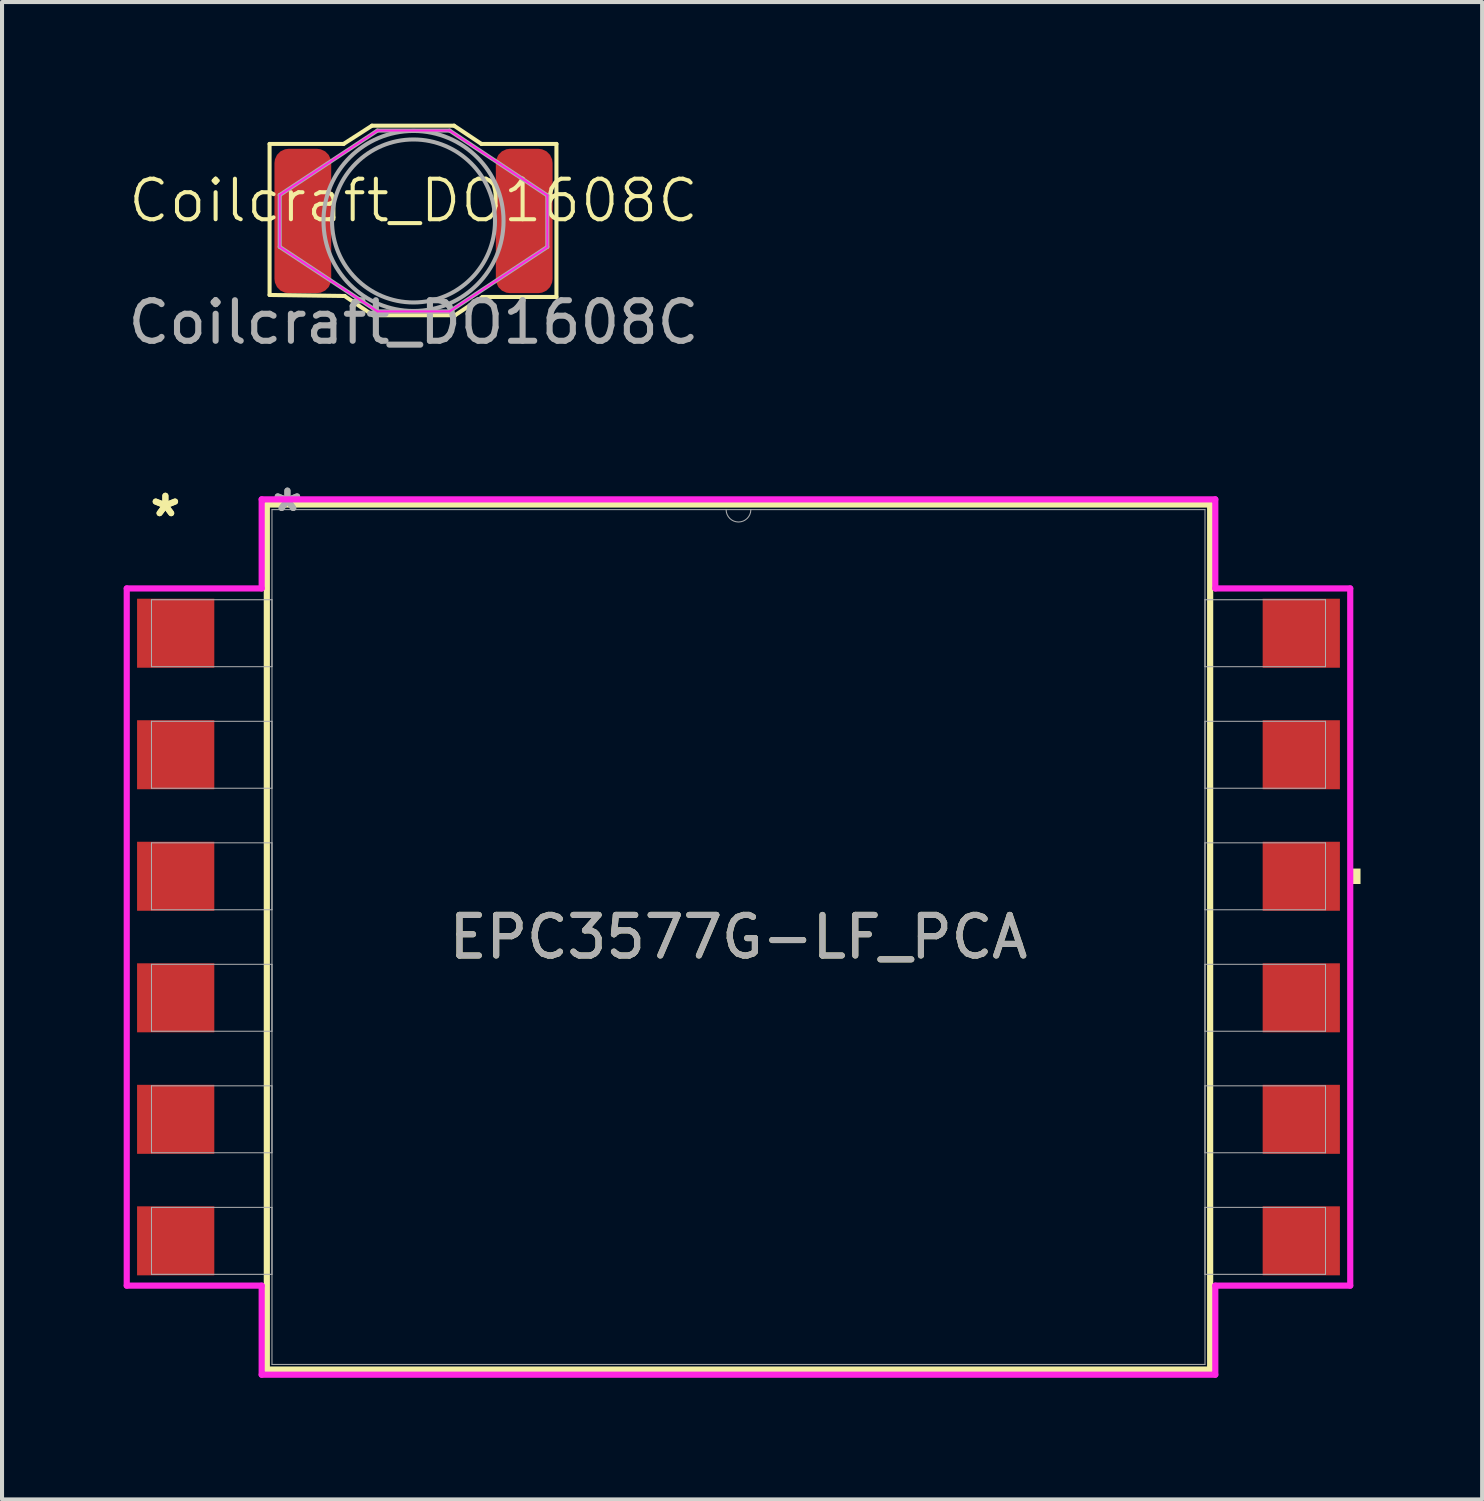
<source format=kicad_pcb>
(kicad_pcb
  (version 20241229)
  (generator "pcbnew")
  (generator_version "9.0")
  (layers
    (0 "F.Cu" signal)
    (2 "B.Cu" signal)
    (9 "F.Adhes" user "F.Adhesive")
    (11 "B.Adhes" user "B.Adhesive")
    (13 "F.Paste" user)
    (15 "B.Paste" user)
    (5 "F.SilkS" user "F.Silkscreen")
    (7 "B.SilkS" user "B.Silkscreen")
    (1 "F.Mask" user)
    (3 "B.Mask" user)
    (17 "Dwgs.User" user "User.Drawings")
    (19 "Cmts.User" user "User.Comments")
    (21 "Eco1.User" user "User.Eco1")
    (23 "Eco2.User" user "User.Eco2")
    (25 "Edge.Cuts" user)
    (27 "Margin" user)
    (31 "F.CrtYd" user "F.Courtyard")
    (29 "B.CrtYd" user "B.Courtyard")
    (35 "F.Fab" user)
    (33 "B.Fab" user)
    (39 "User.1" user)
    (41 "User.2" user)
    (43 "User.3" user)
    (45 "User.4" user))
  (footprint "Coilcraft_DO1608C"
    (layer "F.Cu")
    (at 7.149 2.4)
    (property "Reference" "Coilcraft_DO1608C" (at 0 -0.5 0) (unlocked yes) (layer "F.SilkS") (effects (font (size 1 1) (thickness 0.1))))
    (attr smd)
    (fp_line (start -3.55 -1.9) (end -1.725 -1.9) (stroke (width 0.1) (type default)) (layer "F.SilkS"))
    (fp_line (start -3.55 1.825) (end -3.55 -1.9) (stroke (width 0.1) (type default)) (layer "F.SilkS"))
    (fp_line (start -1.725 -1.9) (end -1.025 -2.35) (stroke (width 0.1) (type default)) (layer "F.SilkS"))
    (fp_line (start -1.7 1.85) (end -3.55 1.825) (stroke (width 0.1) (type default)) (layer "F.SilkS"))
    (fp_line (start -1.025 -2.35) (end 1 -2.35) (stroke (width 0.1) (type default)) (layer "F.SilkS"))
    (fp_line (start -1 2.325) (end -1.7 1.85) (stroke (width 0.1) (type default)) (layer "F.SilkS"))
    (fp_line (start 1 -2.35) (end 1.675 -1.9) (stroke (width 0.1) (type default)) (layer "F.SilkS"))
    (fp_line (start 1.025 2.325) (end -1 2.325) (stroke (width 0.1) (type default)) (layer "F.SilkS"))
    (fp_line (start 1.675 -1.9) (end 3.525 -1.9) (stroke (width 0.1) (type default)) (layer "F.SilkS"))
    (fp_line (start 1.7 1.875) (end 1.025 2.325) (stroke (width 0.1) (type default)) (layer "F.SilkS"))
    (fp_line (start 3.525 -1.9) (end 3.525 1.875) (stroke (width 0.1) (type default)) (layer "F.SilkS"))
    (fp_line (start 3.525 1.875) (end 1.7 1.875) (stroke (width 0.1) (type default)) (layer "F.SilkS"))
    (fp_line (start -3.3 -0.64) (end -3.3 0.64) (stroke (width 0.05) (type default)) (layer "F.CrtYd"))
    (fp_line (start -3.3 0.64) (end -0.89 2.23) (stroke (width 0.05) (type default)) (layer "F.CrtYd"))
    (fp_line (start -0.89 -2.23) (end -3.3 -0.64) (stroke (width 0.05) (type default)) (layer "F.CrtYd"))
    (fp_line (start -0.89 2.23) (end 0.89 2.23) (stroke (width 0.05) (type default)) (layer "F.CrtYd"))
    (fp_line (start 0.89 -2.23) (end -0.89 -2.23) (stroke (width 0.05) (type default)) (layer "F.CrtYd"))
    (fp_line (start 0.89 2.23) (end 3.3 0.64) (stroke (width 0.05) (type default)) (layer "F.CrtYd"))
    (fp_line (start 3.3 -0.63) (end 0.89 -2.23) (stroke (width 0.05) (type default)) (layer "F.CrtYd"))
    (fp_line (start 3.3 0.64) (end 3.3 -0.63) (stroke (width 0.05) (type default)) (layer "F.CrtYd"))
    (fp_line (start -3.3 -0.64) (end -3.3 0.64) (stroke (width 0.1) (type default)) (layer "F.Fab"))
    (fp_line (start -3.3 0.64) (end -0.89 2.23) (stroke (width 0.1) (type default)) (layer "F.Fab"))
    (fp_line (start -0.89 -2.23) (end -3.3 -0.64) (stroke (width 0.1) (type default)) (layer "F.Fab"))
    (fp_line (start -0.89 2.23) (end 0.89 2.23) (stroke (width 0.1) (type default)) (layer "F.Fab"))
    (fp_line (start 0.89 -2.23) (end -0.89 -2.23) (stroke (width 0.1) (type default)) (layer "F.Fab"))
    (fp_line (start 0.89 2.23) (end 3.3 0.64) (stroke (width 0.1) (type default)) (layer "F.Fab"))
    (fp_line (start 3.3 -0.63) (end 0.89 -2.23) (stroke (width 0.1) (type default)) (layer "F.Fab"))
    (fp_line (start 3.3 0.64) (end 3.3 -0.63) (stroke (width 0.1) (type default)) (layer "F.Fab"))
    (fp_circle (center 0 0) (end 2 0.2) (stroke (width 0.1) (type default)) (fill no) (layer "F.Fab"))
    (fp_circle (center 0 0) (end 2.2 0.3) (stroke (width 0.1) (type default)) (fill no) (layer "F.Fab"))
    (fp_text user "${REFERENCE}" (at 0 2.5 0) (unlocked yes) (layer "F.Fab") (effects (font (size 1 1) (thickness 0.15))))
    (pad "1" smd roundrect (at -2.73 0) (size 1.4 3.56) (layers "F.Cu" "F.Mask" "F.Paste") (roundrect_rratio 0.25))
    (pad "2" smd roundrect (at 2.73 0) (size 1.4 3.56) (layers "F.Cu" "F.Mask" "F.Paste") (roundrect_rratio 0.25)))
  (footprint "EPC3577G-LF_PCA"
    (layer "F.Cu")
    (at 15.164 20.061)
    (property "Reference" "EPC3577G-LF_PCA" (at 0 0 0) (unlocked yes) (layer "F.SilkS") (effects (font (size 1 1) (thickness 0.15))))
    (attr smd)
    (fp_line (start -11.633 -10.668) (end -11.633 10.668) (stroke (width 0.152) (type solid)) (layer "F.SilkS"))
    (fp_line (start -11.633 10.668) (end 11.633 10.668) (stroke (width 0.152) (type solid)) (layer "F.SilkS"))
    (fp_line (start 11.633 -10.668) (end -11.633 -10.668) (stroke (width 0.152) (type solid)) (layer "F.SilkS"))
    (fp_line (start 11.633 10.668) (end 11.633 -10.668) (stroke (width 0.152) (type solid)) (layer "F.SilkS"))
    (fp_poly (pts (xy 15.342 -1.689) (xy 15.342 -1.308) (xy 15.088 -1.308) (xy 15.088 -1.689)) (stroke (width 0) (type solid)) (fill yes) (layer "F.SilkS"))
    (fp_line (start -15.088 -8.598) (end -11.76 -8.598) (stroke (width 0.152) (type solid)) (layer "F.CrtYd"))
    (fp_line (start -15.088 8.598) (end -15.088 -8.598) (stroke (width 0.152) (type solid)) (layer "F.CrtYd"))
    (fp_line (start -15.088 8.598) (end -11.76 8.598) (stroke (width 0.152) (type solid)) (layer "F.CrtYd"))
    (fp_line (start -11.76 -10.795) (end 11.76 -10.795) (stroke (width 0.152) (type solid)) (layer "F.CrtYd"))
    (fp_line (start -11.76 -8.598) (end -11.76 -10.795) (stroke (width 0.152) (type solid)) (layer "F.CrtYd"))
    (fp_line (start -11.76 10.795) (end -11.76 8.598) (stroke (width 0.152) (type solid)) (layer "F.CrtYd"))
    (fp_line (start 11.76 -10.795) (end 11.76 -8.598) (stroke (width 0.152) (type solid)) (layer "F.CrtYd"))
    (fp_line (start 11.76 8.598) (end 11.76 10.795) (stroke (width 0.152) (type solid)) (layer "F.CrtYd"))
    (fp_line (start 11.76 10.795) (end -11.76 10.795) (stroke (width 0.152) (type solid)) (layer "F.CrtYd"))
    (fp_line (start 15.088 -8.598) (end 11.76 -8.598) (stroke (width 0.152) (type solid)) (layer "F.CrtYd"))
    (fp_line (start 15.088 -8.598) (end 15.088 8.598) (stroke (width 0.152) (type solid)) (layer "F.CrtYd"))
    (fp_line (start 15.088 8.598) (end 11.76 8.598) (stroke (width 0.152) (type solid)) (layer "F.CrtYd"))
    (fp_line (start -14.478 -8.319) (end -14.478 -6.668) (stroke (width 0.025) (type solid)) (layer "F.Fab"))
    (fp_line (start -14.478 -6.668) (end -11.506 -6.668) (stroke (width 0.025) (type solid)) (layer "F.Fab"))
    (fp_line (start -14.478 -5.321) (end -14.478 -3.67) (stroke (width 0.025) (type solid)) (layer "F.Fab"))
    (fp_line (start -14.478 -3.67) (end -11.506 -3.67) (stroke (width 0.025) (type solid)) (layer "F.Fab"))
    (fp_line (start -14.478 -2.324) (end -14.478 -0.673) (stroke (width 0.025) (type solid)) (layer "F.Fab"))
    (fp_line (start -14.478 -0.673) (end -11.506 -0.673) (stroke (width 0.025) (type solid)) (layer "F.Fab"))
    (fp_line (start -14.478 0.673) (end -14.478 2.324) (stroke (width 0.025) (type solid)) (layer "F.Fab"))
    (fp_line (start -14.478 2.324) (end -11.506 2.324) (stroke (width 0.025) (type solid)) (layer "F.Fab"))
    (fp_line (start -14.478 3.67) (end -14.478 5.321) (stroke (width 0.025) (type solid)) (layer "F.Fab"))
    (fp_line (start -14.478 5.321) (end -11.506 5.321) (stroke (width 0.025) (type solid)) (layer "F.Fab"))
    (fp_line (start -14.478 6.668) (end -14.478 8.319) (stroke (width 0.025) (type solid)) (layer "F.Fab"))
    (fp_line (start -14.478 8.319) (end -11.506 8.319) (stroke (width 0.025) (type solid)) (layer "F.Fab"))
    (fp_line (start -11.506 -10.541) (end -11.506 10.541) (stroke (width 0.025) (type solid)) (layer "F.Fab"))
    (fp_line (start -11.506 -8.319) (end -14.478 -8.319) (stroke (width 0.025) (type solid)) (layer "F.Fab"))
    (fp_line (start -11.506 -6.668) (end -11.506 -8.319) (stroke (width 0.025) (type solid)) (layer "F.Fab"))
    (fp_line (start -11.506 -5.321) (end -14.478 -5.321) (stroke (width 0.025) (type solid)) (layer "F.Fab"))
    (fp_line (start -11.506 -3.67) (end -11.506 -5.321) (stroke (width 0.025) (type solid)) (layer "F.Fab"))
    (fp_line (start -11.506 -2.324) (end -14.478 -2.324) (stroke (width 0.025) (type solid)) (layer "F.Fab"))
    (fp_line (start -11.506 -0.673) (end -11.506 -2.324) (stroke (width 0.025) (type solid)) (layer "F.Fab"))
    (fp_line (start -11.506 0.673) (end -14.478 0.673) (stroke (width 0.025) (type solid)) (layer "F.Fab"))
    (fp_line (start -11.506 2.324) (end -11.506 0.673) (stroke (width 0.025) (type solid)) (layer "F.Fab"))
    (fp_line (start -11.506 3.67) (end -14.478 3.67) (stroke (width 0.025) (type solid)) (layer "F.Fab"))
    (fp_line (start -11.506 5.321) (end -11.506 3.67) (stroke (width 0.025) (type solid)) (layer "F.Fab"))
    (fp_line (start -11.506 6.668) (end -14.478 6.668) (stroke (width 0.025) (type solid)) (layer "F.Fab"))
    (fp_line (start -11.506 8.319) (end -11.506 6.668) (stroke (width 0.025) (type solid)) (layer "F.Fab"))
    (fp_line (start -11.506 10.541) (end 11.506 10.541) (stroke (width 0.025) (type solid)) (layer "F.Fab"))
    (fp_line (start 11.506 -10.541) (end -11.506 -10.541) (stroke (width 0.025) (type solid)) (layer "F.Fab"))
    (fp_line (start 11.506 -8.319) (end 11.506 -6.668) (stroke (width 0.025) (type solid)) (layer "F.Fab"))
    (fp_line (start 11.506 -6.668) (end 14.478 -6.668) (stroke (width 0.025) (type solid)) (layer "F.Fab"))
    (fp_line (start 11.506 -5.321) (end 11.506 -3.67) (stroke (width 0.025) (type solid)) (layer "F.Fab"))
    (fp_line (start 11.506 -3.67) (end 14.478 -3.67) (stroke (width 0.025) (type solid)) (layer "F.Fab"))
    (fp_line (start 11.506 -2.324) (end 11.506 -0.673) (stroke (width 0.025) (type solid)) (layer "F.Fab"))
    (fp_line (start 11.506 -0.673) (end 14.478 -0.673) (stroke (width 0.025) (type solid)) (layer "F.Fab"))
    (fp_line (start 11.506 0.673) (end 11.506 2.324) (stroke (width 0.025) (type solid)) (layer "F.Fab"))
    (fp_line (start 11.506 2.324) (end 14.478 2.324) (stroke (width 0.025) (type solid)) (layer "F.Fab"))
    (fp_line (start 11.506 3.67) (end 11.506 5.321) (stroke (width 0.025) (type solid)) (layer "F.Fab"))
    (fp_line (start 11.506 5.321) (end 14.478 5.321) (stroke (width 0.025) (type solid)) (layer "F.Fab"))
    (fp_line (start 11.506 6.668) (end 11.506 8.319) (stroke (width 0.025) (type solid)) (layer "F.Fab"))
    (fp_line (start 11.506 8.319) (end 14.478 8.319) (stroke (width 0.025) (type solid)) (layer "F.Fab"))
    (fp_line (start 11.506 10.541) (end 11.506 -10.541) (stroke (width 0.025) (type solid)) (layer "F.Fab"))
    (fp_line (start 14.478 -8.319) (end 11.506 -8.319) (stroke (width 0.025) (type solid)) (layer "F.Fab"))
    (fp_line (start 14.478 -6.668) (end 14.478 -8.319) (stroke (width 0.025) (type solid)) (layer "F.Fab"))
    (fp_line (start 14.478 -5.321) (end 11.506 -5.321) (stroke (width 0.025) (type solid)) (layer "F.Fab"))
    (fp_line (start 14.478 -3.67) (end 14.478 -5.321) (stroke (width 0.025) (type solid)) (layer "F.Fab"))
    (fp_line (start 14.478 -2.324) (end 11.506 -2.324) (stroke (width 0.025) (type solid)) (layer "F.Fab"))
    (fp_line (start 14.478 -0.673) (end 14.478 -2.324) (stroke (width 0.025) (type solid)) (layer "F.Fab"))
    (fp_line (start 14.478 0.673) (end 11.506 0.673) (stroke (width 0.025) (type solid)) (layer "F.Fab"))
    (fp_line (start 14.478 2.324) (end 14.478 0.673) (stroke (width 0.025) (type solid)) (layer "F.Fab"))
    (fp_line (start 14.478 3.67) (end 11.506 3.67) (stroke (width 0.025) (type solid)) (layer "F.Fab"))
    (fp_line (start 14.478 5.321) (end 14.478 3.67) (stroke (width 0.025) (type solid)) (layer "F.Fab"))
    (fp_line (start 14.478 6.668) (end 11.506 6.668) (stroke (width 0.025) (type solid)) (layer "F.Fab"))
    (fp_line (start 14.478 8.319) (end 14.478 6.668) (stroke (width 0.025) (type solid)) (layer "F.Fab"))
    (fp_arc (start 0.3048 -10.541) (mid 0 -10.2362) (end -0.3048 -10.541) (stroke (width 0.0254) (type solid)) (layer "F.Fab"))
    (fp_text user "*" (at -14.135 -10.338 0) (layer "F.SilkS") (effects (font (size 1 1) (thickness 0.15))))
    (fp_text user "*" (at -14.135 -10.338 0) (unlocked yes) (layer "F.SilkS") (effects (font (size 1 1) (thickness 0.15))))
    (fp_text user "*" (at -11.125 -10.465 0) (unlocked yes) (layer "F.Fab") (effects (font (size 1 1) (thickness 0.15))))
    (fp_text user "${REFERENCE}" (at 0 0 0) (unlocked yes) (layer "F.Fab") (effects (font (size 1 1) (thickness 0.15))))
    (fp_text user "*" (at -11.125 -10.465 0) (layer "F.Fab") (effects (font (size 1 1) (thickness 0.15))))
    (pad "1" smd rect (at -13.881 -7.493) (size 1.905 1.702) (layers "F.Cu" "F.Mask" "F.Paste"))
    (pad "2" smd rect (at -13.881 -4.496) (size 1.905 1.702) (layers "F.Cu" "F.Mask" "F.Paste"))
    (pad "3" smd rect (at -13.881 -1.499) (size 1.905 1.702) (layers "F.Cu" "F.Mask" "F.Paste"))
    (pad "4" smd rect (at -13.881 1.499) (size 1.905 1.702) (layers "F.Cu" "F.Mask" "F.Paste"))
    (pad "5" smd rect (at -13.881 4.496) (size 1.905 1.702) (layers "F.Cu" "F.Mask" "F.Paste"))
    (pad "6" smd rect (at -13.881 7.493) (size 1.905 1.702) (layers "F.Cu" "F.Mask" "F.Paste"))
    (pad "7" smd rect (at 13.881 7.493) (size 1.905 1.702) (layers "F.Cu" "F.Mask" "F.Paste"))
    (pad "8" smd rect (at 13.881 4.496) (size 1.905 1.702) (layers "F.Cu" "F.Mask" "F.Paste"))
    (pad "9" smd rect (at 13.881 1.499) (size 1.905 1.702) (layers "F.Cu" "F.Mask" "F.Paste"))
    (pad "10" smd rect (at 13.881 -1.499) (size 1.905 1.702) (layers "F.Cu" "F.Mask" "F.Paste"))
    (pad "11" smd rect (at 13.881 -4.496) (size 1.905 1.702) (layers "F.Cu" "F.Mask" "F.Paste"))
    (pad "12" smd rect (at 13.881 -7.493) (size 1.905 1.702) (layers "F.Cu" "F.Mask" "F.Paste")))
  (gr_rect
    (start -3 -3)
    (end 33.505 33.932)
    (stroke (width 0.1) (type default))
    (fill no)
    (layer "Edge.Cuts")))
</source>
